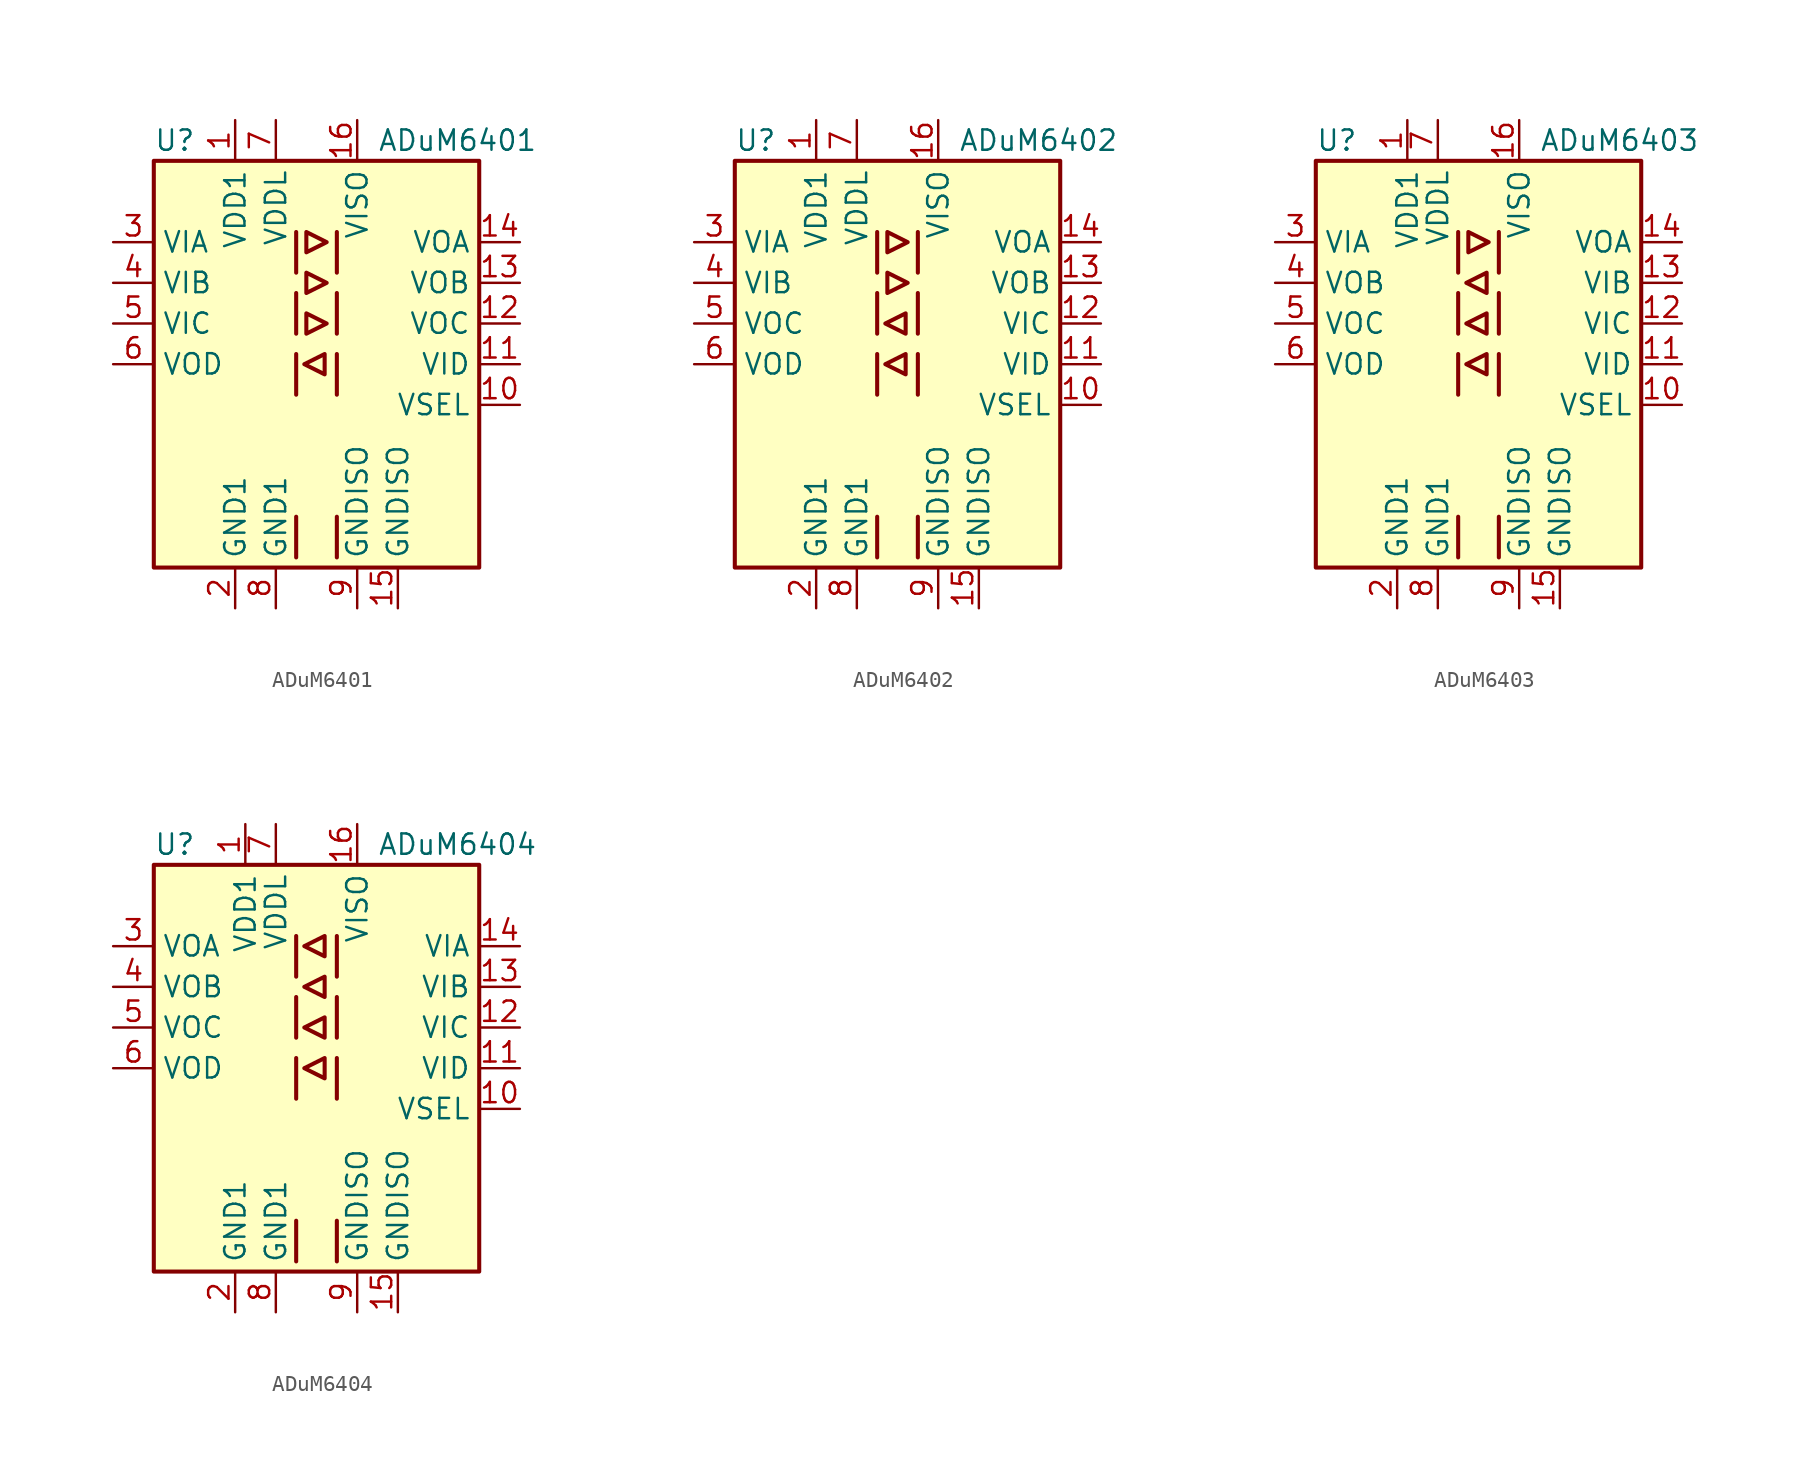
<source format=kicad_sym>
(kicad_symbol_lib
  (version 20200908)
  (generator kicad_symbol_editor)
  (symbol "Isolator:ADuM6401"
    (property "Reference" "U"
      (at -10.16 13.97 0)
      (effects (font (size 1.27 1.27)) (justify left)))
    (property "Value" "ADuM6401"
      (at 3.81 13.97 0)
      (effects (font (size 1.27 1.27)) (justify left)))
    (symbol "ADuM6401_0_1"
      (rectangle (start -10.16 12.7) (end 10.16 -12.7) (stroke (width 0.254)) (fill (type background)))
      (polyline (pts (xy -1.27 -9.525) (xy -1.27 -12.065)) (stroke (width 0.254)) (fill (type none)))
      (polyline (pts (xy -1.27 0.635) (xy -1.27 -1.905)) (stroke (width 0.254)) (fill (type none)))
      (polyline (pts (xy -1.27 4.445) (xy -1.27 1.905)) (stroke (width 0.254)) (fill (type none)))
      (polyline (pts (xy -1.27 8.255) (xy -1.27 5.715)) (stroke (width 0.254)) (fill (type none)))
      (polyline (pts (xy 1.27 -9.525) (xy 1.27 -12.065)) (stroke (width 0.254)) (fill (type none)))
      (polyline (pts (xy 1.27 0.635) (xy 1.27 -1.905)) (stroke (width 0.254)) (fill (type none)))
      (polyline (pts (xy 1.27 4.445) (xy 1.27 1.905)) (stroke (width 0.254)) (fill (type none)))
      (polyline (pts (xy 1.27 8.255) (xy 1.27 5.715)) (stroke (width 0.254)) (fill (type none)))
      (polyline (pts (xy -0.635 1.905) (xy 0.635 2.54) (xy -0.635 3.175) (xy -0.635 1.905)) (stroke (width 0.254)) (fill (type none)))
      (polyline (pts (xy -0.635 5.715) (xy -0.635 4.445) (xy 0.635 5.08) (xy -0.635 5.715)) (stroke (width 0.254)) (fill (type none)))
      (polyline (pts (xy -0.635 6.985) (xy 0.635 7.62) (xy -0.635 8.255) (xy -0.635 6.985)) (stroke (width 0.254)) (fill (type none)))
      (polyline (pts (xy 0.508 0.635) (xy 0.508 -0.635) (xy -0.762 0) (xy 0.508 0.635)) (stroke (width 0.254)) (fill (type none))))
    (symbol "ADuM6401_1_1"
      (pin power_in line (at -5.08 15.24 270) (length 2.54) (name "VDD1" (effects (font (size 1.27 1.27)))) (number "1" (effects (font (size 1.27 1.27)))))
      (pin input line (at 12.7 -2.54 180) (length 2.54) (name "VSEL" (effects (font (size 1.27 1.27)))) (number "10" (effects (font (size 1.27 1.27)))))
      (pin input line (at 12.7 0 180) (length 2.54) (name "VID" (effects (font (size 1.27 1.27)))) (number "11" (effects (font (size 1.27 1.27)))))
      (pin output line (at 12.7 2.54 180) (length 2.54) (name "VOC" (effects (font (size 1.27 1.27)))) (number "12" (effects (font (size 1.27 1.27)))))
      (pin output line (at 12.7 5.08 180) (length 2.54) (name "VOB" (effects (font (size 1.27 1.27)))) (number "13" (effects (font (size 1.27 1.27)))))
      (pin output line (at 12.7 7.62 180) (length 2.54) (name "VOA" (effects (font (size 1.27 1.27)))) (number "14" (effects (font (size 1.27 1.27)))))
      (pin power_in line (at 5.08 -15.24 90) (length 2.54) (name "GNDISO" (effects (font (size 1.27 1.27)))) (number "15" (effects (font (size 1.27 1.27)))))
      (pin power_out line (at 2.54 15.24 270) (length 2.54) (name "VISO" (effects (font (size 1.27 1.27)))) (number "16" (effects (font (size 1.27 1.27)))))
      (pin power_in line (at -5.08 -15.24 90) (length 2.54) (name "GND1" (effects (font (size 1.27 1.27)))) (number "2" (effects (font (size 1.27 1.27)))))
      (pin input line (at -12.7 7.62 0) (length 2.54) (name "VIA" (effects (font (size 1.27 1.27)))) (number "3" (effects (font (size 1.27 1.27)))))
      (pin input line (at -12.7 5.08 0) (length 2.54) (name "VIB" (effects (font (size 1.27 1.27)))) (number "4" (effects (font (size 1.27 1.27)))))
      (pin input line (at -12.7 2.54 0) (length 2.54) (name "VIC" (effects (font (size 1.27 1.27)))) (number "5" (effects (font (size 1.27 1.27)))))
      (pin output line (at -12.7 0 0) (length 2.54) (name "VOD" (effects (font (size 1.27 1.27)))) (number "6" (effects (font (size 1.27 1.27)))))
      (pin power_in line (at -2.54 15.24 270) (length 2.54) (name "VDDL" (effects (font (size 1.27 1.27)))) (number "7" (effects (font (size 1.27 1.27)))))
      (pin power_in line (at -2.54 -15.24 90) (length 2.54) (name "GND1" (effects (font (size 1.27 1.27)))) (number "8" (effects (font (size 1.27 1.27)))))
      (pin power_in line (at 2.54 -15.24 90) (length 2.54) (name "GNDISO" (effects (font (size 1.27 1.27)))) (number "9" (effects (font (size 1.27 1.27)))))))
  (symbol "Isolator:ADuM6402"
    (property "Reference" "U"
      (at -10.16 13.97 0)
      (effects (font (size 1.27 1.27)) (justify left)))
    (property "Value" "ADuM6402"
      (at 3.81 13.97 0)
      (effects (font (size 1.27 1.27)) (justify left)))
    (symbol "ADuM6402_0_1"
      (rectangle (start -10.16 12.7) (end 10.16 -12.7) (stroke (width 0.254)) (fill (type background)))
      (polyline (pts (xy -1.27 -9.525) (xy -1.27 -12.065)) (stroke (width 0.254)) (fill (type none)))
      (polyline (pts (xy -1.27 0.635) (xy -1.27 -1.905)) (stroke (width 0.254)) (fill (type none)))
      (polyline (pts (xy -1.27 4.445) (xy -1.27 1.905)) (stroke (width 0.254)) (fill (type none)))
      (polyline (pts (xy -1.27 8.255) (xy -1.27 5.715)) (stroke (width 0.254)) (fill (type none)))
      (polyline (pts (xy 1.27 -9.525) (xy 1.27 -12.065)) (stroke (width 0.254)) (fill (type none)))
      (polyline (pts (xy 1.27 0.635) (xy 1.27 -1.905)) (stroke (width 0.254)) (fill (type none)))
      (polyline (pts (xy 1.27 4.445) (xy 1.27 1.905)) (stroke (width 0.254)) (fill (type none)))
      (polyline (pts (xy 1.27 8.255) (xy 1.27 5.715)) (stroke (width 0.254)) (fill (type none)))
      (polyline (pts (xy -0.635 5.715) (xy -0.635 4.445) (xy 0.635 5.08) (xy -0.635 5.715)) (stroke (width 0.254)) (fill (type none)))
      (polyline (pts (xy -0.635 6.985) (xy 0.635 7.62) (xy -0.635 8.255) (xy -0.635 6.985)) (stroke (width 0.254)) (fill (type none)))
      (polyline (pts (xy 0.508 0.635) (xy 0.508 -0.635) (xy -0.762 0) (xy 0.508 0.635)) (stroke (width 0.254)) (fill (type none)))
      (polyline (pts (xy 0.508 1.905) (xy -0.762 2.54) (xy 0.508 3.175) (xy 0.508 1.905)) (stroke (width 0.254)) (fill (type none))))
    (symbol "ADuM6402_1_1"
      (pin power_in line (at -5.08 15.24 270) (length 2.54) (name "VDD1" (effects (font (size 1.27 1.27)))) (number "1" (effects (font (size 1.27 1.27)))))
      (pin input line (at 12.7 -2.54 180) (length 2.54) (name "VSEL" (effects (font (size 1.27 1.27)))) (number "10" (effects (font (size 1.27 1.27)))))
      (pin input line (at 12.7 0 180) (length 2.54) (name "VID" (effects (font (size 1.27 1.27)))) (number "11" (effects (font (size 1.27 1.27)))))
      (pin input line (at 12.7 2.54 180) (length 2.54) (name "VIC" (effects (font (size 1.27 1.27)))) (number "12" (effects (font (size 1.27 1.27)))))
      (pin output line (at 12.7 5.08 180) (length 2.54) (name "VOB" (effects (font (size 1.27 1.27)))) (number "13" (effects (font (size 1.27 1.27)))))
      (pin output line (at 12.7 7.62 180) (length 2.54) (name "VOA" (effects (font (size 1.27 1.27)))) (number "14" (effects (font (size 1.27 1.27)))))
      (pin power_in line (at 5.08 -15.24 90) (length 2.54) (name "GNDISO" (effects (font (size 1.27 1.27)))) (number "15" (effects (font (size 1.27 1.27)))))
      (pin power_out line (at 2.54 15.24 270) (length 2.54) (name "VISO" (effects (font (size 1.27 1.27)))) (number "16" (effects (font (size 1.27 1.27)))))
      (pin power_in line (at -5.08 -15.24 90) (length 2.54) (name "GND1" (effects (font (size 1.27 1.27)))) (number "2" (effects (font (size 1.27 1.27)))))
      (pin input line (at -12.7 7.62 0) (length 2.54) (name "VIA" (effects (font (size 1.27 1.27)))) (number "3" (effects (font (size 1.27 1.27)))))
      (pin input line (at -12.7 5.08 0) (length 2.54) (name "VIB" (effects (font (size 1.27 1.27)))) (number "4" (effects (font (size 1.27 1.27)))))
      (pin output line (at -12.7 2.54 0) (length 2.54) (name "VOC" (effects (font (size 1.27 1.27)))) (number "5" (effects (font (size 1.27 1.27)))))
      (pin output line (at -12.7 0 0) (length 2.54) (name "VOD" (effects (font (size 1.27 1.27)))) (number "6" (effects (font (size 1.27 1.27)))))
      (pin power_in line (at -2.54 15.24 270) (length 2.54) (name "VDDL" (effects (font (size 1.27 1.27)))) (number "7" (effects (font (size 1.27 1.27)))))
      (pin power_in line (at -2.54 -15.24 90) (length 2.54) (name "GND1" (effects (font (size 1.27 1.27)))) (number "8" (effects (font (size 1.27 1.27)))))
      (pin power_in line (at 2.54 -15.24 90) (length 2.54) (name "GNDISO" (effects (font (size 1.27 1.27)))) (number "9" (effects (font (size 1.27 1.27)))))))
  (symbol "Isolator:ADuM6403"
    (property "Reference" "U"
      (at -10.16 13.97 0)
      (effects (font (size 1.27 1.27)) (justify left)))
    (property "Value" "ADuM6403"
      (at 3.81 13.97 0)
      (effects (font (size 1.27 1.27)) (justify left)))
    (symbol "ADuM6403_0_1"
      (rectangle (start -10.16 12.7) (end 10.16 -12.7) (stroke (width 0.254)) (fill (type background)))
      (polyline (pts (xy -1.27 -9.525) (xy -1.27 -12.065)) (stroke (width 0.254)) (fill (type none)))
      (polyline (pts (xy -1.27 0.635) (xy -1.27 -1.905)) (stroke (width 0.254)) (fill (type none)))
      (polyline (pts (xy -1.27 4.445) (xy -1.27 1.905)) (stroke (width 0.254)) (fill (type none)))
      (polyline (pts (xy -1.27 8.255) (xy -1.27 5.715)) (stroke (width 0.254)) (fill (type none)))
      (polyline (pts (xy 1.27 -9.525) (xy 1.27 -12.065)) (stroke (width 0.254)) (fill (type none)))
      (polyline (pts (xy 1.27 0.635) (xy 1.27 -1.905)) (stroke (width 0.254)) (fill (type none)))
      (polyline (pts (xy 1.27 4.445) (xy 1.27 1.905)) (stroke (width 0.254)) (fill (type none)))
      (polyline (pts (xy 1.27 8.255) (xy 1.27 5.715)) (stroke (width 0.254)) (fill (type none)))
      (polyline (pts (xy -0.635 6.985) (xy 0.635 7.62) (xy -0.635 8.255) (xy -0.635 6.985)) (stroke (width 0.254)) (fill (type none)))
      (polyline (pts (xy 0.508 0.635) (xy 0.508 -0.635) (xy -0.762 0) (xy 0.508 0.635)) (stroke (width 0.254)) (fill (type none)))
      (polyline (pts (xy 0.508 1.905) (xy -0.762 2.54) (xy 0.508 3.175) (xy 0.508 1.905)) (stroke (width 0.254)) (fill (type none)))
      (polyline (pts (xy 0.508 5.715) (xy 0.508 4.445) (xy -0.762 5.08) (xy 0.508 5.715)) (stroke (width 0.254)) (fill (type none))))
    (symbol "ADuM6403_1_1"
      (pin power_in line (at -4.445 15.24 270) (length 2.54) (name "VDD1" (effects (font (size 1.27 1.27)))) (number "1" (effects (font (size 1.27 1.27)))))
      (pin input line (at 12.7 -2.54 180) (length 2.54) (name "VSEL" (effects (font (size 1.27 1.27)))) (number "10" (effects (font (size 1.27 1.27)))))
      (pin input line (at 12.7 0 180) (length 2.54) (name "VID" (effects (font (size 1.27 1.27)))) (number "11" (effects (font (size 1.27 1.27)))))
      (pin input line (at 12.7 2.54 180) (length 2.54) (name "VIC" (effects (font (size 1.27 1.27)))) (number "12" (effects (font (size 1.27 1.27)))))
      (pin input line (at 12.7 5.08 180) (length 2.54) (name "VIB" (effects (font (size 1.27 1.27)))) (number "13" (effects (font (size 1.27 1.27)))))
      (pin output line (at 12.7 7.62 180) (length 2.54) (name "VOA" (effects (font (size 1.27 1.27)))) (number "14" (effects (font (size 1.27 1.27)))))
      (pin power_in line (at 5.08 -15.24 90) (length 2.54) (name "GNDISO" (effects (font (size 1.27 1.27)))) (number "15" (effects (font (size 1.27 1.27)))))
      (pin power_out line (at 2.54 15.24 270) (length 2.54) (name "VISO" (effects (font (size 1.27 1.27)))) (number "16" (effects (font (size 1.27 1.27)))))
      (pin power_in line (at -5.08 -15.24 90) (length 2.54) (name "GND1" (effects (font (size 1.27 1.27)))) (number "2" (effects (font (size 1.27 1.27)))))
      (pin input line (at -12.7 7.62 0) (length 2.54) (name "VIA" (effects (font (size 1.27 1.27)))) (number "3" (effects (font (size 1.27 1.27)))))
      (pin output line (at -12.7 5.08 0) (length 2.54) (name "VOB" (effects (font (size 1.27 1.27)))) (number "4" (effects (font (size 1.27 1.27)))))
      (pin output line (at -12.7 2.54 0) (length 2.54) (name "VOC" (effects (font (size 1.27 1.27)))) (number "5" (effects (font (size 1.27 1.27)))))
      (pin output line (at -12.7 0 0) (length 2.54) (name "VOD" (effects (font (size 1.27 1.27)))) (number "6" (effects (font (size 1.27 1.27)))))
      (pin power_in line (at -2.54 15.24 270) (length 2.54) (name "VDDL" (effects (font (size 1.27 1.27)))) (number "7" (effects (font (size 1.27 1.27)))))
      (pin power_in line (at -2.54 -15.24 90) (length 2.54) (name "GND1" (effects (font (size 1.27 1.27)))) (number "8" (effects (font (size 1.27 1.27)))))
      (pin power_in line (at 2.54 -15.24 90) (length 2.54) (name "GNDISO" (effects (font (size 1.27 1.27)))) (number "9" (effects (font (size 1.27 1.27)))))))
  (symbol "Isolator:ADuM6404"
    (property "Reference" "U"
      (at -10.16 13.97 0)
      (effects (font (size 1.27 1.27)) (justify left)))
    (property "Value" "ADuM6404"
      (at 3.81 13.97 0)
      (effects (font (size 1.27 1.27)) (justify left)))
    (symbol "ADuM6404_0_1"
      (rectangle (start -10.16 12.7) (end 10.16 -12.7) (stroke (width 0.254)) (fill (type background)))
      (polyline (pts (xy -1.27 -9.525) (xy -1.27 -12.065)) (stroke (width 0.254)) (fill (type none)))
      (polyline (pts (xy -1.27 0.635) (xy -1.27 -1.905)) (stroke (width 0.254)) (fill (type none)))
      (polyline (pts (xy -1.27 4.445) (xy -1.27 1.905)) (stroke (width 0.254)) (fill (type none)))
      (polyline (pts (xy -1.27 8.255) (xy -1.27 5.715)) (stroke (width 0.254)) (fill (type none)))
      (polyline (pts (xy 1.27 -9.525) (xy 1.27 -12.065)) (stroke (width 0.254)) (fill (type none)))
      (polyline (pts (xy 1.27 0.635) (xy 1.27 -1.905)) (stroke (width 0.254)) (fill (type none)))
      (polyline (pts (xy 1.27 4.445) (xy 1.27 1.905)) (stroke (width 0.254)) (fill (type none)))
      (polyline (pts (xy 1.27 8.255) (xy 1.27 5.715)) (stroke (width 0.254)) (fill (type none)))
      (polyline (pts (xy 0.508 0.635) (xy 0.508 -0.635) (xy -0.762 0) (xy 0.508 0.635)) (stroke (width 0.254)) (fill (type none)))
      (polyline (pts (xy 0.508 1.905) (xy -0.762 2.54) (xy 0.508 3.175) (xy 0.508 1.905)) (stroke (width 0.254)) (fill (type none)))
      (polyline (pts (xy 0.508 5.715) (xy 0.508 4.445) (xy -0.762 5.08) (xy 0.508 5.715)) (stroke (width 0.254)) (fill (type none)))
      (polyline (pts (xy 0.508 6.985) (xy -0.762 7.62) (xy 0.508 8.255) (xy 0.508 6.985)) (stroke (width 0.254)) (fill (type none))))
    (symbol "ADuM6404_1_1"
      (pin power_in line (at -4.445 15.24 270) (length 2.54) (name "VDD1" (effects (font (size 1.27 1.27)))) (number "1" (effects (font (size 1.27 1.27)))))
      (pin input line (at 12.7 -2.54 180) (length 2.54) (name "VSEL" (effects (font (size 1.27 1.27)))) (number "10" (effects (font (size 1.27 1.27)))))
      (pin input line (at 12.7 0 180) (length 2.54) (name "VID" (effects (font (size 1.27 1.27)))) (number "11" (effects (font (size 1.27 1.27)))))
      (pin input line (at 12.7 2.54 180) (length 2.54) (name "VIC" (effects (font (size 1.27 1.27)))) (number "12" (effects (font (size 1.27 1.27)))))
      (pin input line (at 12.7 5.08 180) (length 2.54) (name "VIB" (effects (font (size 1.27 1.27)))) (number "13" (effects (font (size 1.27 1.27)))))
      (pin input line (at 12.7 7.62 180) (length 2.54) (name "VIA" (effects (font (size 1.27 1.27)))) (number "14" (effects (font (size 1.27 1.27)))))
      (pin power_in line (at 5.08 -15.24 90) (length 2.54) (name "GNDISO" (effects (font (size 1.27 1.27)))) (number "15" (effects (font (size 1.27 1.27)))))
      (pin power_out line (at 2.54 15.24 270) (length 2.54) (name "VISO" (effects (font (size 1.27 1.27)))) (number "16" (effects (font (size 1.27 1.27)))))
      (pin power_in line (at -5.08 -15.24 90) (length 2.54) (name "GND1" (effects (font (size 1.27 1.27)))) (number "2" (effects (font (size 1.27 1.27)))))
      (pin output line (at -12.7 7.62 0) (length 2.54) (name "VOA" (effects (font (size 1.27 1.27)))) (number "3" (effects (font (size 1.27 1.27)))))
      (pin output line (at -12.7 5.08 0) (length 2.54) (name "VOB" (effects (font (size 1.27 1.27)))) (number "4" (effects (font (size 1.27 1.27)))))
      (pin output line (at -12.7 2.54 0) (length 2.54) (name "VOC" (effects (font (size 1.27 1.27)))) (number "5" (effects (font (size 1.27 1.27)))))
      (pin output line (at -12.7 0 0) (length 2.54) (name "VOD" (effects (font (size 1.27 1.27)))) (number "6" (effects (font (size 1.27 1.27)))))
      (pin power_in line (at -2.54 15.24 270) (length 2.54) (name "VDDL" (effects (font (size 1.27 1.27)))) (number "7" (effects (font (size 1.27 1.27)))))
      (pin power_in line (at -2.54 -15.24 90) (length 2.54) (name "GND1" (effects (font (size 1.27 1.27)))) (number "8" (effects (font (size 1.27 1.27)))))
      (pin power_in line (at 2.54 -15.24 90) (length 2.54) (name "GNDISO" (effects (font (size 1.27 1.27)))) (number "9" (effects (font (size 1.27 1.27))))))))
</source>
